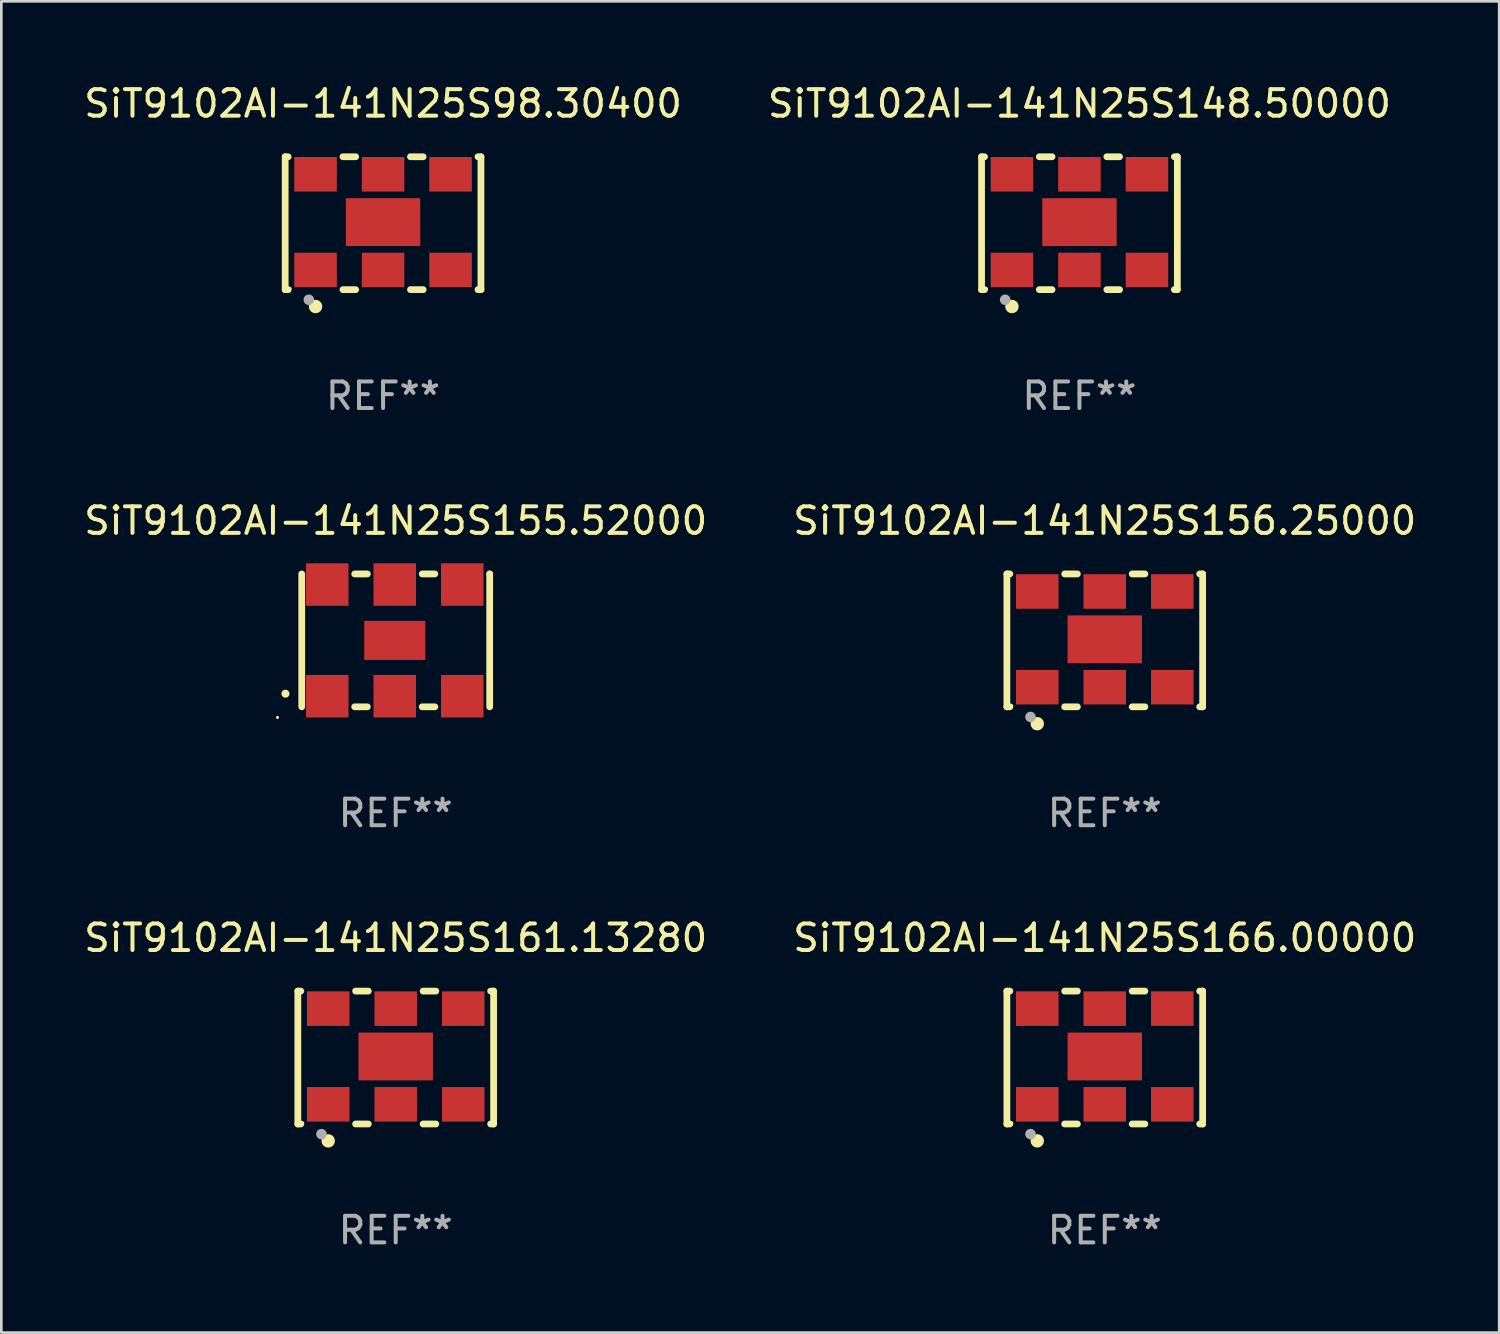
<source format=kicad_pcb>
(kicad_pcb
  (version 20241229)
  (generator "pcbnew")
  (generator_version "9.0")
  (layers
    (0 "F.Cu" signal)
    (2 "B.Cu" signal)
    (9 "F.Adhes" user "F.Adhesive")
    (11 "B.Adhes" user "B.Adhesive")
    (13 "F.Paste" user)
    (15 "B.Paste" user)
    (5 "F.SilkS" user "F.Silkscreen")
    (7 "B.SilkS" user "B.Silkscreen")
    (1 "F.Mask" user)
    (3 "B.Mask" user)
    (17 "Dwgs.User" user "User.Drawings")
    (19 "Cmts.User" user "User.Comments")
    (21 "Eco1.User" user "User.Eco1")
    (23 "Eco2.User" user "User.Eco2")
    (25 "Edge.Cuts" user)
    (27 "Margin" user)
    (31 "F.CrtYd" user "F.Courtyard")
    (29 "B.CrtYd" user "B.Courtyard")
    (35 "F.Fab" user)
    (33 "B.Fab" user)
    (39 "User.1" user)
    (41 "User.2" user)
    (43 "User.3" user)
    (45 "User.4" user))
  (footprint "SiT9102AI-141N25S98.30400"
    (layer "F.Cu")
    (at 11.363 5.348)
    (property "Reference" "SiT9102AI-141N25S98.30400" (at 0 -4.5 0) (layer "F.SilkS") (effects (font (size 1 1) (thickness 0.15))))
    (attr through_hole)
    (fp_line (start -3.683 -2.5) (end -3.571 -2.5) (stroke (width 0.254) (type solid)) (layer "F.SilkS"))
    (fp_line (start -3.683 2.5) (end -3.683 -2.5) (stroke (width 0.254) (type solid)) (layer "F.SilkS"))
    (fp_line (start -3.683 2.5) (end -3.571 2.5) (stroke (width 0.254) (type solid)) (layer "F.SilkS"))
    (fp_line (start -1.509 -2.5) (end -1.031 -2.5) (stroke (width 0.254) (type solid)) (layer "F.SilkS"))
    (fp_line (start -1.509 2.5) (end -1.031 2.5) (stroke (width 0.254) (type solid)) (layer "F.SilkS"))
    (fp_line (start 1.031 -2.5) (end 1.509 -2.5) (stroke (width 0.254) (type solid)) (layer "F.SilkS"))
    (fp_line (start 1.031 2.5) (end 1.509 2.5) (stroke (width 0.254) (type solid)) (layer "F.SilkS"))
    (fp_line (start 3.571 -2.5) (end 3.683 -2.5) (stroke (width 0.254) (type solid)) (layer "F.SilkS"))
    (fp_line (start 3.571 2.5) (end 3.683 2.5) (stroke (width 0.254) (type solid)) (layer "F.SilkS"))
    (fp_line (start 3.683 2.5) (end 3.683 -2.5) (stroke (width 0.254) (type solid)) (layer "F.SilkS"))
    (fp_circle (center -3.5 2.46) (end -3.47 2.46) (stroke (width 0.06) (type solid)) (fill no) (layer "F.SilkS"))
    (fp_circle (center -2.54 3.135) (end -2.413 3.135) (stroke (width 0.254) (type solid)) (fill no) (layer "F.SilkS"))
    (fp_circle (center -2.794 2.881) (end -2.694 2.881) (stroke (width 0.2) (type solid)) (fill no) (layer "F.Fab"))
    (fp_text user "REF**" (at 0 6.5 0) (layer "F.Fab") (effects (font (size 1 1) (thickness 0.15))))
    (pad "1" smd rect (at -2.54 1.76) (size 1.6 1.3) (layers "F.Cu" "F.Mask" "F.Paste"))
    (pad "2" smd rect (at 0 1.76) (size 1.6 1.3) (layers "F.Cu" "F.Mask" "F.Paste"))
    (pad "3" smd rect (at 2.54 1.76) (size 1.6 1.3) (layers "F.Cu" "F.Mask" "F.Paste"))
    (pad "4" smd rect (at 2.54 -1.84) (size 1.6 1.3) (layers "F.Cu" "F.Mask" "F.Paste"))
    (pad "5" smd rect (at 0 -1.84) (size 1.6 1.3) (layers "F.Cu" "F.Mask" "F.Paste"))
    (pad "6" smd rect (at -2.54 -1.84) (size 1.6 1.3) (layers "F.Cu" "F.Mask" "F.Paste"))
    (pad "7" smd rect (at 0 -0.04) (size 2.8 1.8) (layers "F.Cu" "F.Mask" "F.Paste")))
  (footprint "SiT9102AI-141N25S161.13280"
    (layer "F.Cu")
    (at 11.839 36.741)
    (property "Reference" "SiT9102AI-141N25S161.13280" (at 0 -4.5 0) (layer "F.SilkS") (effects (font (size 1 1) (thickness 0.15))))
    (attr through_hole)
    (fp_line (start -3.683 -2.5) (end -3.571 -2.5) (stroke (width 0.254) (type solid)) (layer "F.SilkS"))
    (fp_line (start -3.683 2.5) (end -3.683 -2.5) (stroke (width 0.254) (type solid)) (layer "F.SilkS"))
    (fp_line (start -3.683 2.5) (end -3.571 2.5) (stroke (width 0.254) (type solid)) (layer "F.SilkS"))
    (fp_line (start -1.509 -2.5) (end -1.031 -2.5) (stroke (width 0.254) (type solid)) (layer "F.SilkS"))
    (fp_line (start -1.509 2.5) (end -1.031 2.5) (stroke (width 0.254) (type solid)) (layer "F.SilkS"))
    (fp_line (start 1.031 -2.5) (end 1.509 -2.5) (stroke (width 0.254) (type solid)) (layer "F.SilkS"))
    (fp_line (start 1.031 2.5) (end 1.509 2.5) (stroke (width 0.254) (type solid)) (layer "F.SilkS"))
    (fp_line (start 3.571 -2.5) (end 3.683 -2.5) (stroke (width 0.254) (type solid)) (layer "F.SilkS"))
    (fp_line (start 3.571 2.5) (end 3.683 2.5) (stroke (width 0.254) (type solid)) (layer "F.SilkS"))
    (fp_line (start 3.683 2.5) (end 3.683 -2.5) (stroke (width 0.254) (type solid)) (layer "F.SilkS"))
    (fp_circle (center -3.5 2.46) (end -3.47 2.46) (stroke (width 0.06) (type solid)) (fill no) (layer "F.SilkS"))
    (fp_circle (center -2.54 3.135) (end -2.413 3.135) (stroke (width 0.254) (type solid)) (fill no) (layer "F.SilkS"))
    (fp_circle (center -2.794 2.881) (end -2.694 2.881) (stroke (width 0.2) (type solid)) (fill no) (layer "F.Fab"))
    (fp_text user "REF**" (at 0 6.5 0) (layer "F.Fab") (effects (font (size 1 1) (thickness 0.15))))
    (pad "1" smd rect (at -2.54 1.76) (size 1.6 1.3) (layers "F.Cu" "F.Mask" "F.Paste"))
    (pad "2" smd rect (at 0 1.76) (size 1.6 1.3) (layers "F.Cu" "F.Mask" "F.Paste"))
    (pad "3" smd rect (at 2.54 1.76) (size 1.6 1.3) (layers "F.Cu" "F.Mask" "F.Paste"))
    (pad "4" smd rect (at 2.54 -1.84) (size 1.6 1.3) (layers "F.Cu" "F.Mask" "F.Paste"))
    (pad "5" smd rect (at 0 -1.84) (size 1.6 1.3) (layers "F.Cu" "F.Mask" "F.Paste"))
    (pad "6" smd rect (at -2.54 -1.84) (size 1.6 1.3) (layers "F.Cu" "F.Mask" "F.Paste"))
    (pad "7" smd rect (at 0 -0.04) (size 2.8 1.8) (layers "F.Cu" "F.Mask" "F.Paste")))
  (footprint "SiT9102AI-141N25S155.52000"
    (layer "F.Cu")
    (at 11.839 21.045)
    (property "Reference" "SiT9102AI-141N25S155.52000" (at 0 -4.5 0) (layer "F.SilkS") (effects (font (size 1 1) (thickness 0.15))))
    (attr through_hole)
    (fp_line (start -3.536 -2.5) (end -3.536 2.5) (stroke (width 0.254) (type solid)) (layer "F.SilkS"))
    (fp_line (start -1.544 2.5) (end -1.067 2.5) (stroke (width 0.254) (type solid)) (layer "F.SilkS"))
    (fp_line (start -1.067 -2.5) (end -1.544 -2.5) (stroke (width 0.254) (type solid)) (layer "F.SilkS"))
    (fp_line (start 0.996 2.5) (end 1.473 2.5) (stroke (width 0.254) (type solid)) (layer "F.SilkS"))
    (fp_line (start 1.473 -2.5) (end 0.996 -2.5) (stroke (width 0.254) (type solid)) (layer "F.SilkS"))
    (fp_line (start 3.536 -2.5) (end 3.536 -2.5) (stroke (width 0.254) (type solid)) (layer "F.SilkS"))
    (fp_line (start 3.536 2.5) (end 3.536 -2.5) (stroke (width 0.254) (type solid)) (layer "F.SilkS"))
    (fp_arc (start -4.150432 2.006604) (mid -4.149162 2.006599) (end -4.147892 2.006604) (stroke (width 0.3) (type solid)) (layer "F.SilkS"))
    (fp_circle (center -4.449 2.9) (end -4.419 2.9) (stroke (width 0.06) (type solid)) (fill no) (layer "F.SilkS"))
    (fp_text user "REF**" (at 0 6.5 0) (layer "F.Fab") (effects (font (size 1 1) (thickness 0.15))))
    (pad "1" smd rect (at -2.576 2.1) (size 1.6 1.6) (layers "F.Cu" "F.Mask" "F.Paste"))
    (pad "2" smd rect (at -0.036 2.1) (size 1.6 1.6) (layers "F.Cu" "F.Mask" "F.Paste"))
    (pad "3" smd rect (at 2.504 2.1) (size 1.6 1.6) (layers "F.Cu" "F.Mask" "F.Paste"))
    (pad "4" smd rect (at 2.504 -2.1) (size 1.6 1.6) (layers "F.Cu" "F.Mask" "F.Paste"))
    (pad "5" smd rect (at -0.036 -2.1) (size 1.6 1.6) (layers "F.Cu" "F.Mask" "F.Paste"))
    (pad "6" smd rect (at -2.576 -2.1) (size 1.6 1.6) (layers "F.Cu" "F.Mask" "F.Paste"))
    (pad "7" smd rect (at -0.036 0) (size 2.3 1.47) (layers "F.Cu" "F.Mask" "F.Paste")))
  (footprint "SiT9102AI-141N25S148.50000"
    (layer "F.Cu")
    (at 37.565 5.348)
    (property "Reference" "SiT9102AI-141N25S148.50000" (at 0 -4.5 0) (layer "F.SilkS") (effects (font (size 1 1) (thickness 0.15))))
    (attr through_hole)
    (fp_line (start -3.683 -2.5) (end -3.571 -2.5) (stroke (width 0.254) (type solid)) (layer "F.SilkS"))
    (fp_line (start -3.683 2.5) (end -3.683 -2.5) (stroke (width 0.254) (type solid)) (layer "F.SilkS"))
    (fp_line (start -3.683 2.5) (end -3.571 2.5) (stroke (width 0.254) (type solid)) (layer "F.SilkS"))
    (fp_line (start -1.509 -2.5) (end -1.031 -2.5) (stroke (width 0.254) (type solid)) (layer "F.SilkS"))
    (fp_line (start -1.509 2.5) (end -1.031 2.5) (stroke (width 0.254) (type solid)) (layer "F.SilkS"))
    (fp_line (start 1.031 -2.5) (end 1.509 -2.5) (stroke (width 0.254) (type solid)) (layer "F.SilkS"))
    (fp_line (start 1.031 2.5) (end 1.509 2.5) (stroke (width 0.254) (type solid)) (layer "F.SilkS"))
    (fp_line (start 3.571 -2.5) (end 3.683 -2.5) (stroke (width 0.254) (type solid)) (layer "F.SilkS"))
    (fp_line (start 3.571 2.5) (end 3.683 2.5) (stroke (width 0.254) (type solid)) (layer "F.SilkS"))
    (fp_line (start 3.683 2.5) (end 3.683 -2.5) (stroke (width 0.254) (type solid)) (layer "F.SilkS"))
    (fp_circle (center -3.5 2.46) (end -3.47 2.46) (stroke (width 0.06) (type solid)) (fill no) (layer "F.SilkS"))
    (fp_circle (center -2.54 3.135) (end -2.413 3.135) (stroke (width 0.254) (type solid)) (fill no) (layer "F.SilkS"))
    (fp_circle (center -2.794 2.881) (end -2.694 2.881) (stroke (width 0.2) (type solid)) (fill no) (layer "F.Fab"))
    (fp_text user "REF**" (at 0 6.5 0) (layer "F.Fab") (effects (font (size 1 1) (thickness 0.15))))
    (pad "1" smd rect (at -2.54 1.76) (size 1.6 1.3) (layers "F.Cu" "F.Mask" "F.Paste"))
    (pad "2" smd rect (at 0 1.76) (size 1.6 1.3) (layers "F.Cu" "F.Mask" "F.Paste"))
    (pad "3" smd rect (at 2.54 1.76) (size 1.6 1.3) (layers "F.Cu" "F.Mask" "F.Paste"))
    (pad "4" smd rect (at 2.54 -1.84) (size 1.6 1.3) (layers "F.Cu" "F.Mask" "F.Paste"))
    (pad "5" smd rect (at 0 -1.84) (size 1.6 1.3) (layers "F.Cu" "F.Mask" "F.Paste"))
    (pad "6" smd rect (at -2.54 -1.84) (size 1.6 1.3) (layers "F.Cu" "F.Mask" "F.Paste"))
    (pad "7" smd rect (at 0 -0.04) (size 2.8 1.8) (layers "F.Cu" "F.Mask" "F.Paste")))
  (footprint "SiT9102AI-141N25S156.25000"
    (layer "F.Cu")
    (at 38.518 21.045)
    (property "Reference" "SiT9102AI-141N25S156.25000" (at 0 -4.5 0) (layer "F.SilkS") (effects (font (size 1 1) (thickness 0.15))))
    (attr through_hole)
    (fp_line (start -3.683 -2.5) (end -3.571 -2.5) (stroke (width 0.254) (type solid)) (layer "F.SilkS"))
    (fp_line (start -3.683 2.5) (end -3.683 -2.5) (stroke (width 0.254) (type solid)) (layer "F.SilkS"))
    (fp_line (start -3.683 2.5) (end -3.571 2.5) (stroke (width 0.254) (type solid)) (layer "F.SilkS"))
    (fp_line (start -1.509 -2.5) (end -1.031 -2.5) (stroke (width 0.254) (type solid)) (layer "F.SilkS"))
    (fp_line (start -1.509 2.5) (end -1.031 2.5) (stroke (width 0.254) (type solid)) (layer "F.SilkS"))
    (fp_line (start 1.031 -2.5) (end 1.509 -2.5) (stroke (width 0.254) (type solid)) (layer "F.SilkS"))
    (fp_line (start 1.031 2.5) (end 1.509 2.5) (stroke (width 0.254) (type solid)) (layer "F.SilkS"))
    (fp_line (start 3.571 -2.5) (end 3.683 -2.5) (stroke (width 0.254) (type solid)) (layer "F.SilkS"))
    (fp_line (start 3.571 2.5) (end 3.683 2.5) (stroke (width 0.254) (type solid)) (layer "F.SilkS"))
    (fp_line (start 3.683 2.5) (end 3.683 -2.5) (stroke (width 0.254) (type solid)) (layer "F.SilkS"))
    (fp_circle (center -3.5 2.46) (end -3.47 2.46) (stroke (width 0.06) (type solid)) (fill no) (layer "F.SilkS"))
    (fp_circle (center -2.54 3.135) (end -2.413 3.135) (stroke (width 0.254) (type solid)) (fill no) (layer "F.SilkS"))
    (fp_circle (center -2.794 2.881) (end -2.694 2.881) (stroke (width 0.2) (type solid)) (fill no) (layer "F.Fab"))
    (fp_text user "REF**" (at 0 6.5 0) (layer "F.Fab") (effects (font (size 1 1) (thickness 0.15))))
    (pad "1" smd rect (at -2.54 1.76) (size 1.6 1.3) (layers "F.Cu" "F.Mask" "F.Paste"))
    (pad "2" smd rect (at 0 1.76) (size 1.6 1.3) (layers "F.Cu" "F.Mask" "F.Paste"))
    (pad "3" smd rect (at 2.54 1.76) (size 1.6 1.3) (layers "F.Cu" "F.Mask" "F.Paste"))
    (pad "4" smd rect (at 2.54 -1.84) (size 1.6 1.3) (layers "F.Cu" "F.Mask" "F.Paste"))
    (pad "5" smd rect (at 0 -1.84) (size 1.6 1.3) (layers "F.Cu" "F.Mask" "F.Paste"))
    (pad "6" smd rect (at -2.54 -1.84) (size 1.6 1.3) (layers "F.Cu" "F.Mask" "F.Paste"))
    (pad "7" smd rect (at 0 -0.04) (size 2.8 1.8) (layers "F.Cu" "F.Mask" "F.Paste")))
  (footprint "SiT9102AI-141N25S166.00000"
    (layer "F.Cu")
    (at 38.518 36.741)
    (property "Reference" "SiT9102AI-141N25S166.00000" (at 0 -4.5 0) (layer "F.SilkS") (effects (font (size 1 1) (thickness 0.15))))
    (attr through_hole)
    (fp_line (start -3.683 -2.5) (end -3.571 -2.5) (stroke (width 0.254) (type solid)) (layer "F.SilkS"))
    (fp_line (start -3.683 2.5) (end -3.683 -2.5) (stroke (width 0.254) (type solid)) (layer "F.SilkS"))
    (fp_line (start -3.683 2.5) (end -3.571 2.5) (stroke (width 0.254) (type solid)) (layer "F.SilkS"))
    (fp_line (start -1.509 -2.5) (end -1.031 -2.5) (stroke (width 0.254) (type solid)) (layer "F.SilkS"))
    (fp_line (start -1.509 2.5) (end -1.031 2.5) (stroke (width 0.254) (type solid)) (layer "F.SilkS"))
    (fp_line (start 1.031 -2.5) (end 1.509 -2.5) (stroke (width 0.254) (type solid)) (layer "F.SilkS"))
    (fp_line (start 1.031 2.5) (end 1.509 2.5) (stroke (width 0.254) (type solid)) (layer "F.SilkS"))
    (fp_line (start 3.571 -2.5) (end 3.683 -2.5) (stroke (width 0.254) (type solid)) (layer "F.SilkS"))
    (fp_line (start 3.571 2.5) (end 3.683 2.5) (stroke (width 0.254) (type solid)) (layer "F.SilkS"))
    (fp_line (start 3.683 2.5) (end 3.683 -2.5) (stroke (width 0.254) (type solid)) (layer "F.SilkS"))
    (fp_circle (center -3.5 2.46) (end -3.47 2.46) (stroke (width 0.06) (type solid)) (fill no) (layer "F.SilkS"))
    (fp_circle (center -2.54 3.135) (end -2.413 3.135) (stroke (width 0.254) (type solid)) (fill no) (layer "F.SilkS"))
    (fp_circle (center -2.794 2.881) (end -2.694 2.881) (stroke (width 0.2) (type solid)) (fill no) (layer "F.Fab"))
    (fp_text user "REF**" (at 0 6.5 0) (layer "F.Fab") (effects (font (size 1 1) (thickness 0.15))))
    (pad "1" smd rect (at -2.54 1.76) (size 1.6 1.3) (layers "F.Cu" "F.Mask" "F.Paste"))
    (pad "2" smd rect (at 0 1.76) (size 1.6 1.3) (layers "F.Cu" "F.Mask" "F.Paste"))
    (pad "3" smd rect (at 2.54 1.76) (size 1.6 1.3) (layers "F.Cu" "F.Mask" "F.Paste"))
    (pad "4" smd rect (at 2.54 -1.84) (size 1.6 1.3) (layers "F.Cu" "F.Mask" "F.Paste"))
    (pad "5" smd rect (at 0 -1.84) (size 1.6 1.3) (layers "F.Cu" "F.Mask" "F.Paste"))
    (pad "6" smd rect (at -2.54 -1.84) (size 1.6 1.3) (layers "F.Cu" "F.Mask" "F.Paste"))
    (pad "7" smd rect (at 0 -0.04) (size 2.8 1.8) (layers "F.Cu" "F.Mask" "F.Paste")))
  (gr_rect
    (start -3 -3)
    (end 53.357 47.09)
    (stroke (width 0.1) (type default))
    (fill no)
    (layer "Edge.Cuts")))
</source>
